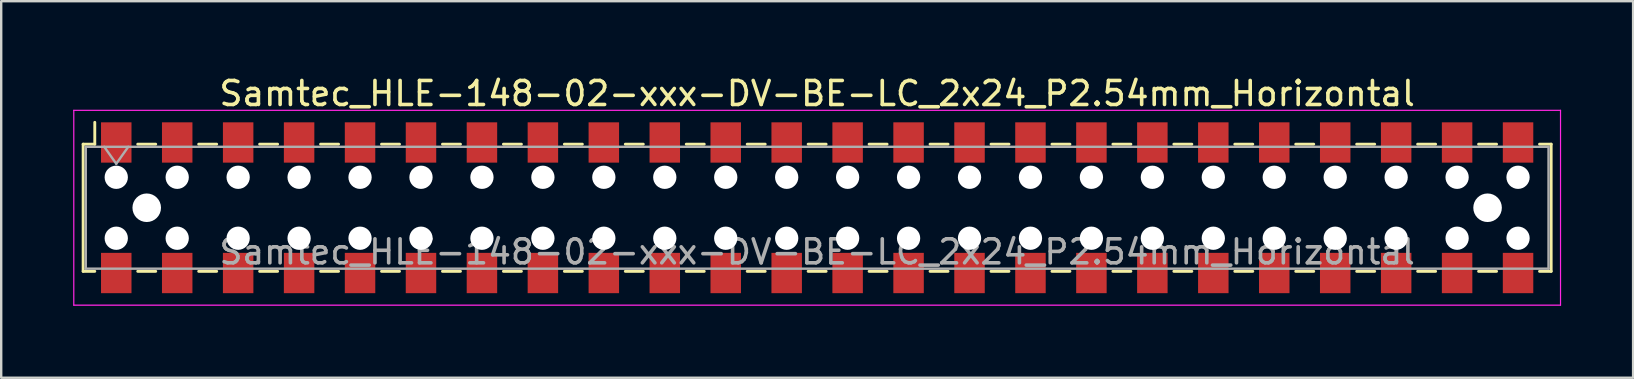
<source format=kicad_pcb>
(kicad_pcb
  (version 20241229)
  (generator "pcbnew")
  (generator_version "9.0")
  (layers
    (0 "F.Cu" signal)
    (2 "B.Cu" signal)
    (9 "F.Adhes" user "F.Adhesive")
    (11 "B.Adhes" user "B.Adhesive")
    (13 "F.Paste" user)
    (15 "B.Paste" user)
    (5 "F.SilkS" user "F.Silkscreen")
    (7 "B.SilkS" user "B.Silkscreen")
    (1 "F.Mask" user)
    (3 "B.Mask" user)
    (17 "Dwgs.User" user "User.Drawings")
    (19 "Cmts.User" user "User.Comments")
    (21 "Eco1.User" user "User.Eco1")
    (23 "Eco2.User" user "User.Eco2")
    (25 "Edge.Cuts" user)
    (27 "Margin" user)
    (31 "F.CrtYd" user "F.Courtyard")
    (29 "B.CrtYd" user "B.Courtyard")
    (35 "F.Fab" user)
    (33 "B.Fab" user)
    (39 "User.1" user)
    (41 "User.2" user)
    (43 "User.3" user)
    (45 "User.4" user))
  (footprint "Samtec_HLE-148-02-xxx-DV-BE-LC_2x24_P2.54mm_Horizontal"
    (layer "F.Cu")
    (at 31.005 5.608)
    (property "Reference" "Samtec_HLE-148-02-xxx-DV-BE-LC_2x24_P2.54mm_Horizontal" (at 0 -4.76 0) (layer "F.SilkS") (effects (font (size 1 1) (thickness 0.15))))
    (attr smd)
    (fp_line (start -30.59 -2.65) (end -30.59 2.65) (stroke (width 0.12) (type solid)) (layer "F.SilkS"))
    (fp_line (start -30.59 2.65) (end -30.105 2.65) (stroke (width 0.12) (type solid)) (layer "F.SilkS"))
    (fp_line (start -30.105 -3.56) (end -30.105 -2.65) (stroke (width 0.12) (type solid)) (layer "F.SilkS"))
    (fp_line (start -30.105 -2.65) (end -30.59 -2.65) (stroke (width 0.12) (type solid)) (layer "F.SilkS"))
    (fp_line (start -28.315 -2.65) (end -27.565 -2.65) (stroke (width 0.12) (type solid)) (layer "F.SilkS"))
    (fp_line (start -28.315 2.65) (end -27.565 2.65) (stroke (width 0.12) (type solid)) (layer "F.SilkS"))
    (fp_line (start -25.775 -2.65) (end -25.025 -2.65) (stroke (width 0.12) (type solid)) (layer "F.SilkS"))
    (fp_line (start -25.775 2.65) (end -25.025 2.65) (stroke (width 0.12) (type solid)) (layer "F.SilkS"))
    (fp_line (start -23.235 -2.65) (end -22.485 -2.65) (stroke (width 0.12) (type solid)) (layer "F.SilkS"))
    (fp_line (start -23.235 2.65) (end -22.485 2.65) (stroke (width 0.12) (type solid)) (layer "F.SilkS"))
    (fp_line (start -20.695 -2.65) (end -19.945 -2.65) (stroke (width 0.12) (type solid)) (layer "F.SilkS"))
    (fp_line (start -20.695 2.65) (end -19.945 2.65) (stroke (width 0.12) (type solid)) (layer "F.SilkS"))
    (fp_line (start -18.155 -2.65) (end -17.405 -2.65) (stroke (width 0.12) (type solid)) (layer "F.SilkS"))
    (fp_line (start -18.155 2.65) (end -17.405 2.65) (stroke (width 0.12) (type solid)) (layer "F.SilkS"))
    (fp_line (start -15.615 -2.65) (end -14.865 -2.65) (stroke (width 0.12) (type solid)) (layer "F.SilkS"))
    (fp_line (start -15.615 2.65) (end -14.865 2.65) (stroke (width 0.12) (type solid)) (layer "F.SilkS"))
    (fp_line (start -13.075 -2.65) (end -12.325 -2.65) (stroke (width 0.12) (type solid)) (layer "F.SilkS"))
    (fp_line (start -13.075 2.65) (end -12.325 2.65) (stroke (width 0.12) (type solid)) (layer "F.SilkS"))
    (fp_line (start -10.535 -2.65) (end -9.785 -2.65) (stroke (width 0.12) (type solid)) (layer "F.SilkS"))
    (fp_line (start -10.535 2.65) (end -9.785 2.65) (stroke (width 0.12) (type solid)) (layer "F.SilkS"))
    (fp_line (start -7.995 -2.65) (end -7.245 -2.65) (stroke (width 0.12) (type solid)) (layer "F.SilkS"))
    (fp_line (start -7.995 2.65) (end -7.245 2.65) (stroke (width 0.12) (type solid)) (layer "F.SilkS"))
    (fp_line (start -5.455 -2.65) (end -4.705 -2.65) (stroke (width 0.12) (type solid)) (layer "F.SilkS"))
    (fp_line (start -5.455 2.65) (end -4.705 2.65) (stroke (width 0.12) (type solid)) (layer "F.SilkS"))
    (fp_line (start -2.915 -2.65) (end -2.165 -2.65) (stroke (width 0.12) (type solid)) (layer "F.SilkS"))
    (fp_line (start -2.915 2.65) (end -2.165 2.65) (stroke (width 0.12) (type solid)) (layer "F.SilkS"))
    (fp_line (start -0.375 -2.65) (end 0.375 -2.65) (stroke (width 0.12) (type solid)) (layer "F.SilkS"))
    (fp_line (start -0.375 2.65) (end 0.375 2.65) (stroke (width 0.12) (type solid)) (layer "F.SilkS"))
    (fp_line (start 2.165 -2.65) (end 2.915 -2.65) (stroke (width 0.12) (type solid)) (layer "F.SilkS"))
    (fp_line (start 2.165 2.65) (end 2.915 2.65) (stroke (width 0.12) (type solid)) (layer "F.SilkS"))
    (fp_line (start 4.705 -2.65) (end 5.455 -2.65) (stroke (width 0.12) (type solid)) (layer "F.SilkS"))
    (fp_line (start 4.705 2.65) (end 5.455 2.65) (stroke (width 0.12) (type solid)) (layer "F.SilkS"))
    (fp_line (start 7.245 -2.65) (end 7.995 -2.65) (stroke (width 0.12) (type solid)) (layer "F.SilkS"))
    (fp_line (start 7.245 2.65) (end 7.995 2.65) (stroke (width 0.12) (type solid)) (layer "F.SilkS"))
    (fp_line (start 9.785 -2.65) (end 10.535 -2.65) (stroke (width 0.12) (type solid)) (layer "F.SilkS"))
    (fp_line (start 9.785 2.65) (end 10.535 2.65) (stroke (width 0.12) (type solid)) (layer "F.SilkS"))
    (fp_line (start 12.325 -2.65) (end 13.075 -2.65) (stroke (width 0.12) (type solid)) (layer "F.SilkS"))
    (fp_line (start 12.325 2.65) (end 13.075 2.65) (stroke (width 0.12) (type solid)) (layer "F.SilkS"))
    (fp_line (start 14.865 -2.65) (end 15.615 -2.65) (stroke (width 0.12) (type solid)) (layer "F.SilkS"))
    (fp_line (start 14.865 2.65) (end 15.615 2.65) (stroke (width 0.12) (type solid)) (layer "F.SilkS"))
    (fp_line (start 17.405 -2.65) (end 18.155 -2.65) (stroke (width 0.12) (type solid)) (layer "F.SilkS"))
    (fp_line (start 17.405 2.65) (end 18.155 2.65) (stroke (width 0.12) (type solid)) (layer "F.SilkS"))
    (fp_line (start 19.945 -2.65) (end 20.695 -2.65) (stroke (width 0.12) (type solid)) (layer "F.SilkS"))
    (fp_line (start 19.945 2.65) (end 20.695 2.65) (stroke (width 0.12) (type solid)) (layer "F.SilkS"))
    (fp_line (start 22.485 -2.65) (end 23.235 -2.65) (stroke (width 0.12) (type solid)) (layer "F.SilkS"))
    (fp_line (start 22.485 2.65) (end 23.235 2.65) (stroke (width 0.12) (type solid)) (layer "F.SilkS"))
    (fp_line (start 25.025 -2.65) (end 25.775 -2.65) (stroke (width 0.12) (type solid)) (layer "F.SilkS"))
    (fp_line (start 25.025 2.65) (end 25.775 2.65) (stroke (width 0.12) (type solid)) (layer "F.SilkS"))
    (fp_line (start 27.565 -2.65) (end 28.315 -2.65) (stroke (width 0.12) (type solid)) (layer "F.SilkS"))
    (fp_line (start 27.565 2.65) (end 28.315 2.65) (stroke (width 0.12) (type solid)) (layer "F.SilkS"))
    (fp_line (start 30.105 -2.65) (end 30.59 -2.65) (stroke (width 0.12) (type solid)) (layer "F.SilkS"))
    (fp_line (start 30.59 -2.65) (end 30.59 2.65) (stroke (width 0.12) (type solid)) (layer "F.SilkS"))
    (fp_line (start 30.59 2.65) (end 30.105 2.65) (stroke (width 0.12) (type solid)) (layer "F.SilkS"))
    (fp_line (start -30.98 -4.06) (end 30.98 -4.06) (stroke (width 0.05) (type solid)) (layer "F.CrtYd"))
    (fp_line (start -30.98 4.06) (end -30.98 -4.06) (stroke (width 0.05) (type solid)) (layer "F.CrtYd"))
    (fp_line (start 30.98 -4.06) (end 30.98 4.06) (stroke (width 0.05) (type solid)) (layer "F.CrtYd"))
    (fp_line (start 30.98 4.06) (end -30.98 4.06) (stroke (width 0.05) (type solid)) (layer "F.CrtYd"))
    (fp_line (start -30.48 -2.54) (end 30.48 -2.54) (stroke (width 0.1) (type solid)) (layer "F.Fab"))
    (fp_line (start -30.48 2.54) (end -30.48 -2.54) (stroke (width 0.1) (type solid)) (layer "F.Fab"))
    (fp_line (start -29.71 -2.54) (end -29.21 -1.833) (stroke (width 0.1) (type solid)) (layer "F.Fab"))
    (fp_line (start -29.21 -1.833) (end -28.71 -2.54) (stroke (width 0.1) (type solid)) (layer "F.Fab"))
    (fp_line (start 30.48 -2.54) (end 30.48 2.54) (stroke (width 0.1) (type solid)) (layer "F.Fab"))
    (fp_line (start 30.48 2.54) (end -30.48 2.54) (stroke (width 0.1) (type solid)) (layer "F.Fab"))
    (fp_text user "${REFERENCE}" (at 0 1.84 0) (layer "F.Fab") (effects (font (size 1 1) (thickness 0.15))))
    (pad "" np_thru_hole circle (at -29.21 -1.27) (size 0.97 0.97) (drill 0.97) (layers "*.Cu" "*.Mask"))
    (pad "" np_thru_hole circle (at -29.21 1.27) (size 0.97 0.97) (drill 0.97) (layers "*.Cu" "*.Mask"))
    (pad "" np_thru_hole circle (at -27.94 0) (size 1.19 1.19) (drill 1.19) (layers "*.Cu" "*.Mask"))
    (pad "" np_thru_hole circle (at -26.67 -1.27) (size 0.97 0.97) (drill 0.97) (layers "*.Cu" "*.Mask"))
    (pad "" np_thru_hole circle (at -26.67 1.27) (size 0.97 0.97) (drill 0.97) (layers "*.Cu" "*.Mask"))
    (pad "" np_thru_hole circle (at -24.13 -1.27) (size 0.97 0.97) (drill 0.97) (layers "*.Cu" "*.Mask"))
    (pad "" np_thru_hole circle (at -24.13 1.27) (size 0.97 0.97) (drill 0.97) (layers "*.Cu" "*.Mask"))
    (pad "" np_thru_hole circle (at -21.59 -1.27) (size 0.97 0.97) (drill 0.97) (layers "*.Cu" "*.Mask"))
    (pad "" np_thru_hole circle (at -21.59 1.27) (size 0.97 0.97) (drill 0.97) (layers "*.Cu" "*.Mask"))
    (pad "" np_thru_hole circle (at -19.05 -1.27) (size 0.97 0.97) (drill 0.97) (layers "*.Cu" "*.Mask"))
    (pad "" np_thru_hole circle (at -19.05 1.27) (size 0.97 0.97) (drill 0.97) (layers "*.Cu" "*.Mask"))
    (pad "" np_thru_hole circle (at -16.51 -1.27) (size 0.97 0.97) (drill 0.97) (layers "*.Cu" "*.Mask"))
    (pad "" np_thru_hole circle (at -16.51 1.27) (size 0.97 0.97) (drill 0.97) (layers "*.Cu" "*.Mask"))
    (pad "" np_thru_hole circle (at -13.97 -1.27) (size 0.97 0.97) (drill 0.97) (layers "*.Cu" "*.Mask"))
    (pad "" np_thru_hole circle (at -13.97 1.27) (size 0.97 0.97) (drill 0.97) (layers "*.Cu" "*.Mask"))
    (pad "" np_thru_hole circle (at -11.43 -1.27) (size 0.97 0.97) (drill 0.97) (layers "*.Cu" "*.Mask"))
    (pad "" np_thru_hole circle (at -11.43 1.27) (size 0.97 0.97) (drill 0.97) (layers "*.Cu" "*.Mask"))
    (pad "" np_thru_hole circle (at -8.89 -1.27) (size 0.97 0.97) (drill 0.97) (layers "*.Cu" "*.Mask"))
    (pad "" np_thru_hole circle (at -8.89 1.27) (size 0.97 0.97) (drill 0.97) (layers "*.Cu" "*.Mask"))
    (pad "" np_thru_hole circle (at -6.35 -1.27) (size 0.97 0.97) (drill 0.97) (layers "*.Cu" "*.Mask"))
    (pad "" np_thru_hole circle (at -6.35 1.27) (size 0.97 0.97) (drill 0.97) (layers "*.Cu" "*.Mask"))
    (pad "" np_thru_hole circle (at -3.81 -1.27) (size 0.97 0.97) (drill 0.97) (layers "*.Cu" "*.Mask"))
    (pad "" np_thru_hole circle (at -3.81 1.27) (size 0.97 0.97) (drill 0.97) (layers "*.Cu" "*.Mask"))
    (pad "" np_thru_hole circle (at -1.27 -1.27) (size 0.97 0.97) (drill 0.97) (layers "*.Cu" "*.Mask"))
    (pad "" np_thru_hole circle (at -1.27 1.27) (size 0.97 0.97) (drill 0.97) (layers "*.Cu" "*.Mask"))
    (pad "" np_thru_hole circle (at 1.27 -1.27) (size 0.97 0.97) (drill 0.97) (layers "*.Cu" "*.Mask"))
    (pad "" np_thru_hole circle (at 1.27 1.27) (size 0.97 0.97) (drill 0.97) (layers "*.Cu" "*.Mask"))
    (pad "" np_thru_hole circle (at 3.81 -1.27) (size 0.97 0.97) (drill 0.97) (layers "*.Cu" "*.Mask"))
    (pad "" np_thru_hole circle (at 3.81 1.27) (size 0.97 0.97) (drill 0.97) (layers "*.Cu" "*.Mask"))
    (pad "" np_thru_hole circle (at 6.35 -1.27) (size 0.97 0.97) (drill 0.97) (layers "*.Cu" "*.Mask"))
    (pad "" np_thru_hole circle (at 6.35 1.27) (size 0.97 0.97) (drill 0.97) (layers "*.Cu" "*.Mask"))
    (pad "" np_thru_hole circle (at 8.89 -1.27) (size 0.97 0.97) (drill 0.97) (layers "*.Cu" "*.Mask"))
    (pad "" np_thru_hole circle (at 8.89 1.27) (size 0.97 0.97) (drill 0.97) (layers "*.Cu" "*.Mask"))
    (pad "" np_thru_hole circle (at 11.43 -1.27) (size 0.97 0.97) (drill 0.97) (layers "*.Cu" "*.Mask"))
    (pad "" np_thru_hole circle (at 11.43 1.27) (size 0.97 0.97) (drill 0.97) (layers "*.Cu" "*.Mask"))
    (pad "" np_thru_hole circle (at 13.97 -1.27) (size 0.97 0.97) (drill 0.97) (layers "*.Cu" "*.Mask"))
    (pad "" np_thru_hole circle (at 13.97 1.27) (size 0.97 0.97) (drill 0.97) (layers "*.Cu" "*.Mask"))
    (pad "" np_thru_hole circle (at 16.51 -1.27) (size 0.97 0.97) (drill 0.97) (layers "*.Cu" "*.Mask"))
    (pad "" np_thru_hole circle (at 16.51 1.27) (size 0.97 0.97) (drill 0.97) (layers "*.Cu" "*.Mask"))
    (pad "" np_thru_hole circle (at 19.05 -1.27) (size 0.97 0.97) (drill 0.97) (layers "*.Cu" "*.Mask"))
    (pad "" np_thru_hole circle (at 19.05 1.27) (size 0.97 0.97) (drill 0.97) (layers "*.Cu" "*.Mask"))
    (pad "" np_thru_hole circle (at 21.59 -1.27) (size 0.97 0.97) (drill 0.97) (layers "*.Cu" "*.Mask"))
    (pad "" np_thru_hole circle (at 21.59 1.27) (size 0.97 0.97) (drill 0.97) (layers "*.Cu" "*.Mask"))
    (pad "" np_thru_hole circle (at 24.13 -1.27) (size 0.97 0.97) (drill 0.97) (layers "*.Cu" "*.Mask"))
    (pad "" np_thru_hole circle (at 24.13 1.27) (size 0.97 0.97) (drill 0.97) (layers "*.Cu" "*.Mask"))
    (pad "" np_thru_hole circle (at 26.67 -1.27) (size 0.97 0.97) (drill 0.97) (layers "*.Cu" "*.Mask"))
    (pad "" np_thru_hole circle (at 26.67 1.27) (size 0.97 0.97) (drill 0.97) (layers "*.Cu" "*.Mask"))
    (pad "" np_thru_hole circle (at 27.94 0) (size 1.19 1.19) (drill 1.19) (layers "*.Cu" "*.Mask"))
    (pad "" np_thru_hole circle (at 29.21 -1.27) (size 0.97 0.97) (drill 0.97) (layers "*.Cu" "*.Mask"))
    (pad "" np_thru_hole circle (at 29.21 1.27) (size 0.97 0.97) (drill 0.97) (layers "*.Cu" "*.Mask"))
    (pad "1" smd rect (at -29.21 -2.72) (size 1.27 1.68) (layers "F.Cu" "F.Mask" "F.Paste"))
    (pad "2" smd rect (at -29.21 2.72) (size 1.27 1.68) (layers "F.Cu" "F.Mask" "F.Paste"))
    (pad "3" smd rect (at -26.67 -2.72) (size 1.27 1.68) (layers "F.Cu" "F.Mask" "F.Paste"))
    (pad "4" smd rect (at -26.67 2.72) (size 1.27 1.68) (layers "F.Cu" "F.Mask" "F.Paste"))
    (pad "5" smd rect (at -24.13 -2.72) (size 1.27 1.68) (layers "F.Cu" "F.Mask" "F.Paste"))
    (pad "6" smd rect (at -24.13 2.72) (size 1.27 1.68) (layers "F.Cu" "F.Mask" "F.Paste"))
    (pad "7" smd rect (at -21.59 -2.72) (size 1.27 1.68) (layers "F.Cu" "F.Mask" "F.Paste"))
    (pad "8" smd rect (at -21.59 2.72) (size 1.27 1.68) (layers "F.Cu" "F.Mask" "F.Paste"))
    (pad "9" smd rect (at -19.05 -2.72) (size 1.27 1.68) (layers "F.Cu" "F.Mask" "F.Paste"))
    (pad "10" smd rect (at -19.05 2.72) (size 1.27 1.68) (layers "F.Cu" "F.Mask" "F.Paste"))
    (pad "11" smd rect (at -16.51 -2.72) (size 1.27 1.68) (layers "F.Cu" "F.Mask" "F.Paste"))
    (pad "12" smd rect (at -16.51 2.72) (size 1.27 1.68) (layers "F.Cu" "F.Mask" "F.Paste"))
    (pad "13" smd rect (at -13.97 -2.72) (size 1.27 1.68) (layers "F.Cu" "F.Mask" "F.Paste"))
    (pad "14" smd rect (at -13.97 2.72) (size 1.27 1.68) (layers "F.Cu" "F.Mask" "F.Paste"))
    (pad "15" smd rect (at -11.43 -2.72) (size 1.27 1.68) (layers "F.Cu" "F.Mask" "F.Paste"))
    (pad "16" smd rect (at -11.43 2.72) (size 1.27 1.68) (layers "F.Cu" "F.Mask" "F.Paste"))
    (pad "17" smd rect (at -8.89 -2.72) (size 1.27 1.68) (layers "F.Cu" "F.Mask" "F.Paste"))
    (pad "18" smd rect (at -8.89 2.72) (size 1.27 1.68) (layers "F.Cu" "F.Mask" "F.Paste"))
    (pad "19" smd rect (at -6.35 -2.72) (size 1.27 1.68) (layers "F.Cu" "F.Mask" "F.Paste"))
    (pad "20" smd rect (at -6.35 2.72) (size 1.27 1.68) (layers "F.Cu" "F.Mask" "F.Paste"))
    (pad "21" smd rect (at -3.81 -2.72) (size 1.27 1.68) (layers "F.Cu" "F.Mask" "F.Paste"))
    (pad "22" smd rect (at -3.81 2.72) (size 1.27 1.68) (layers "F.Cu" "F.Mask" "F.Paste"))
    (pad "23" smd rect (at -1.27 -2.72) (size 1.27 1.68) (layers "F.Cu" "F.Mask" "F.Paste"))
    (pad "24" smd rect (at -1.27 2.72) (size 1.27 1.68) (layers "F.Cu" "F.Mask" "F.Paste"))
    (pad "25" smd rect (at 1.27 -2.72) (size 1.27 1.68) (layers "F.Cu" "F.Mask" "F.Paste"))
    (pad "26" smd rect (at 1.27 2.72) (size 1.27 1.68) (layers "F.Cu" "F.Mask" "F.Paste"))
    (pad "27" smd rect (at 3.81 -2.72) (size 1.27 1.68) (layers "F.Cu" "F.Mask" "F.Paste"))
    (pad "28" smd rect (at 3.81 2.72) (size 1.27 1.68) (layers "F.Cu" "F.Mask" "F.Paste"))
    (pad "29" smd rect (at 6.35 -2.72) (size 1.27 1.68) (layers "F.Cu" "F.Mask" "F.Paste"))
    (pad "30" smd rect (at 6.35 2.72) (size 1.27 1.68) (layers "F.Cu" "F.Mask" "F.Paste"))
    (pad "31" smd rect (at 8.89 -2.72) (size 1.27 1.68) (layers "F.Cu" "F.Mask" "F.Paste"))
    (pad "32" smd rect (at 8.89 2.72) (size 1.27 1.68) (layers "F.Cu" "F.Mask" "F.Paste"))
    (pad "33" smd rect (at 11.43 -2.72) (size 1.27 1.68) (layers "F.Cu" "F.Mask" "F.Paste"))
    (pad "34" smd rect (at 11.43 2.72) (size 1.27 1.68) (layers "F.Cu" "F.Mask" "F.Paste"))
    (pad "35" smd rect (at 13.97 -2.72) (size 1.27 1.68) (layers "F.Cu" "F.Mask" "F.Paste"))
    (pad "36" smd rect (at 13.97 2.72) (size 1.27 1.68) (layers "F.Cu" "F.Mask" "F.Paste"))
    (pad "37" smd rect (at 16.51 -2.72) (size 1.27 1.68) (layers "F.Cu" "F.Mask" "F.Paste"))
    (pad "38" smd rect (at 16.51 2.72) (size 1.27 1.68) (layers "F.Cu" "F.Mask" "F.Paste"))
    (pad "39" smd rect (at 19.05 -2.72) (size 1.27 1.68) (layers "F.Cu" "F.Mask" "F.Paste"))
    (pad "40" smd rect (at 19.05 2.72) (size 1.27 1.68) (layers "F.Cu" "F.Mask" "F.Paste"))
    (pad "41" smd rect (at 21.59 -2.72) (size 1.27 1.68) (layers "F.Cu" "F.Mask" "F.Paste"))
    (pad "42" smd rect (at 21.59 2.72) (size 1.27 1.68) (layers "F.Cu" "F.Mask" "F.Paste"))
    (pad "43" smd rect (at 24.13 -2.72) (size 1.27 1.68) (layers "F.Cu" "F.Mask" "F.Paste"))
    (pad "44" smd rect (at 24.13 2.72) (size 1.27 1.68) (layers "F.Cu" "F.Mask" "F.Paste"))
    (pad "45" smd rect (at 26.67 -2.72) (size 1.27 1.68) (layers "F.Cu" "F.Mask" "F.Paste"))
    (pad "46" smd rect (at 26.67 2.72) (size 1.27 1.68) (layers "F.Cu" "F.Mask" "F.Paste"))
    (pad "47" smd rect (at 29.21 -2.72) (size 1.27 1.68) (layers "F.Cu" "F.Mask" "F.Paste"))
    (pad "48" smd rect (at 29.21 2.72) (size 1.27 1.68) (layers "F.Cu" "F.Mask" "F.Paste")))
  (gr_rect
    (start -3 -3)
    (end 65.01 12.693)
    (stroke (width 0.1) (type default))
    (fill no)
    (layer "Edge.Cuts")))
</source>
